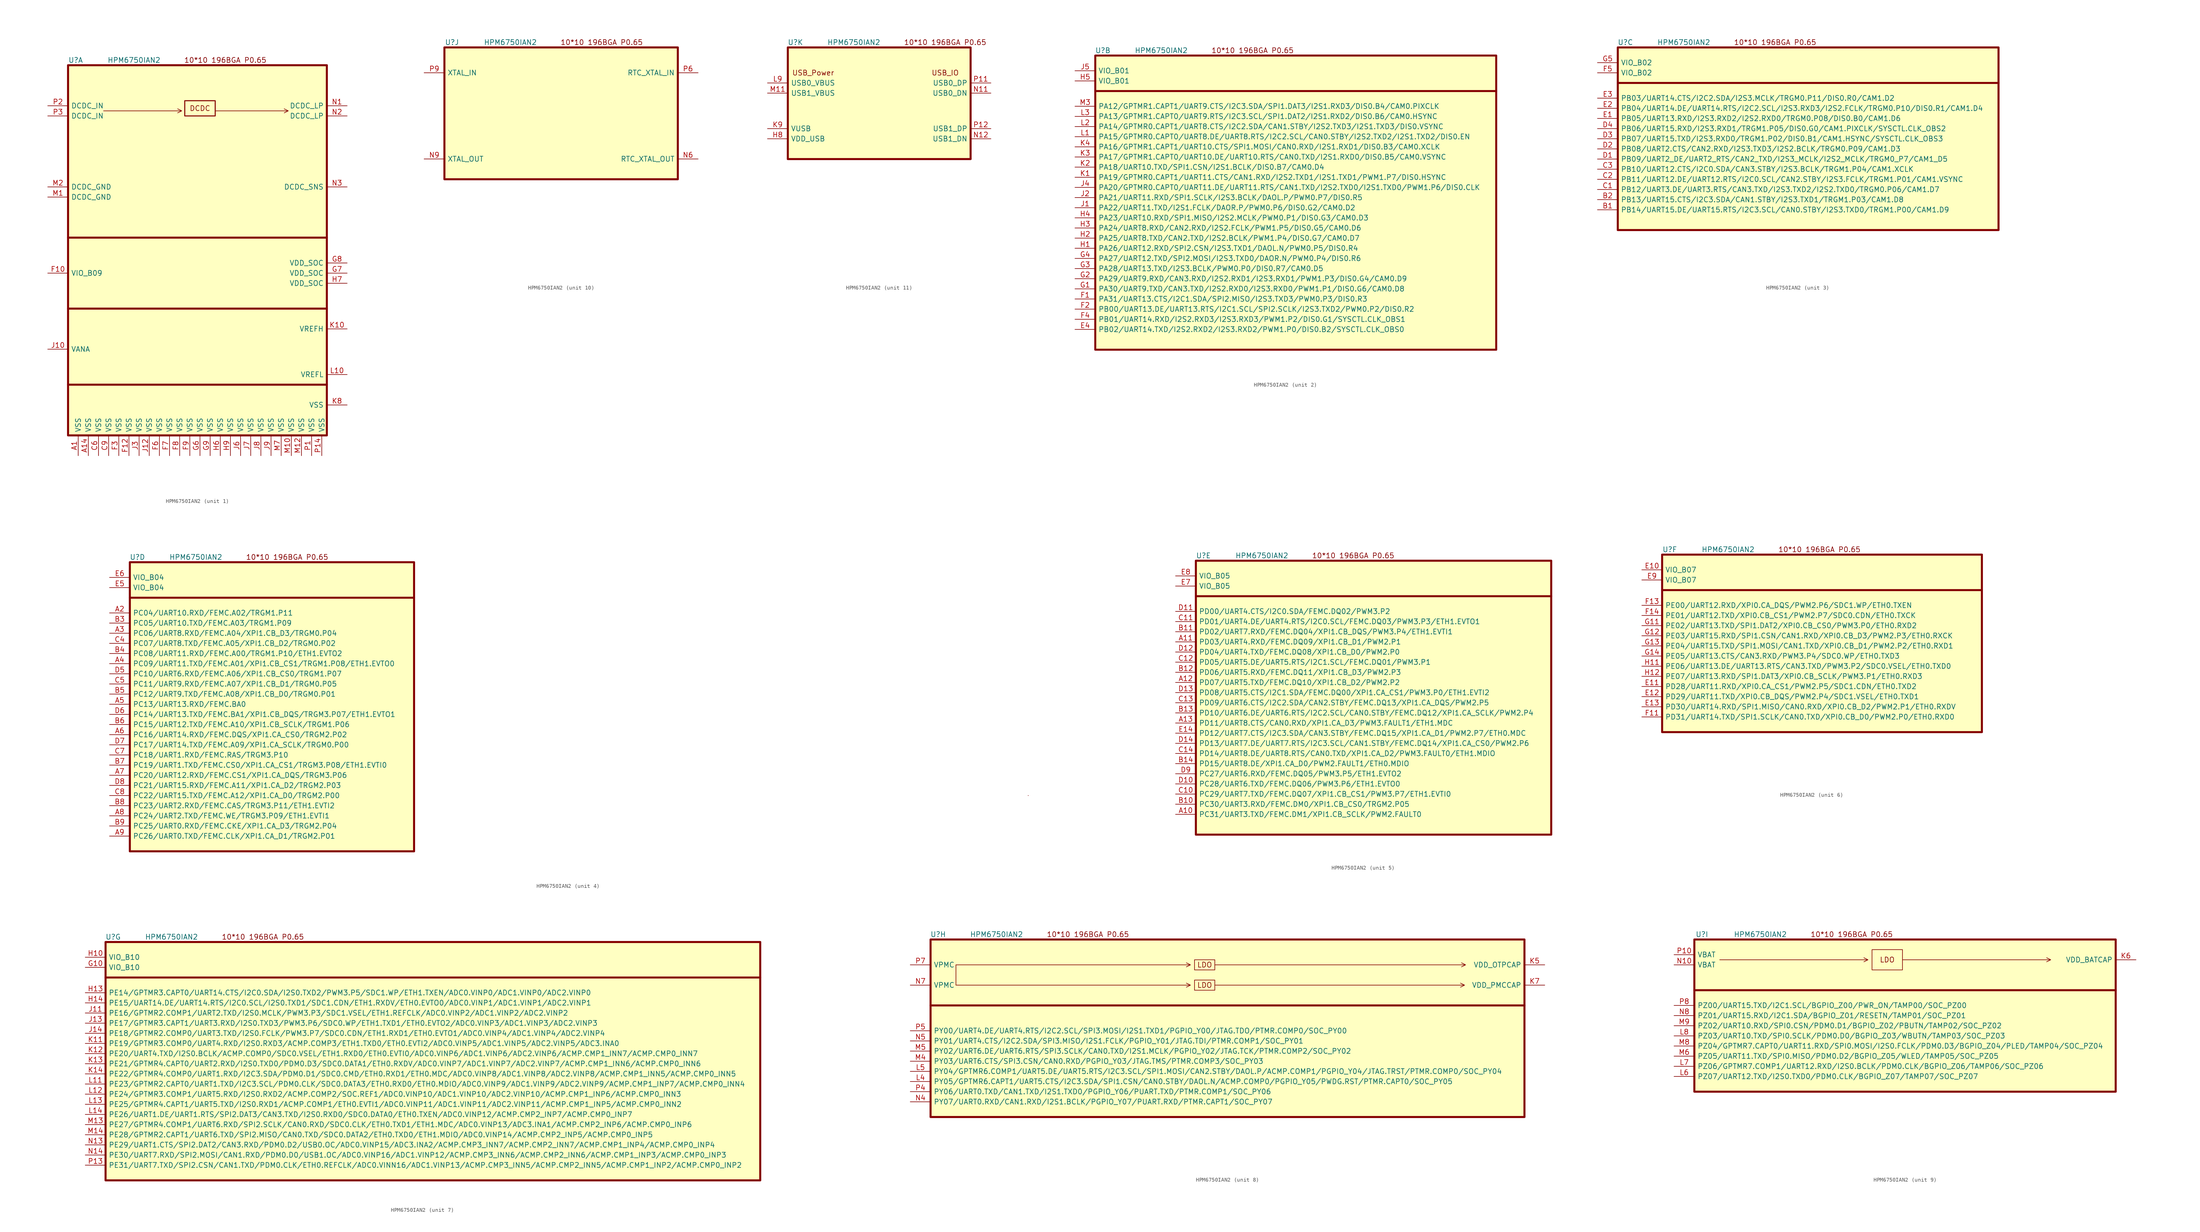
<source format=kicad_sym>
(kicad_symbol_lib
  (version 20220914)
  (generator kicad_symbol_editor)
  (symbol "HPM6750IAN2"
    (pin_names
      (offset 0.762))
    (property "Reference" "U"
      (at 1.905 1.27 0)
      (effects (font (size 1.27 1.27))))
    (property "Value" "HPM6750IAN2"
      (at 16.51 1.27 0)
      (effects (font (size 1.27 1.27))))
    (property "ki_locked" ""
      (at 0 0 0)
      (effects (font (size 1.27 1.27))))
    (symbol "HPM6750IAN2_0_0"
      (text "" (at 41.91 -53.34 0) (effects (font (size 1.27 1.27))))
      (text "10*10 196BGA P0.65" (at 39.37 1.27 0) (effects (font (size 1.27 1.27)))))
    (symbol "HPM6750IAN2_1_0"
      (polyline (pts (xy 8.89 -11.43) (xy 28.448 -11.43) (xy 27.432 -10.922) (xy 28.448 -11.43) (xy 27.432 -11.938)) (stroke (width 0) (type default)) (fill (type none)))
      (polyline (pts (xy 36.83 -11.43) (xy 55.118 -11.43) (xy 54.102 -10.922) (xy 55.118 -11.43) (xy 54.102 -11.938)) (stroke (width 0) (type default)) (fill (type none)))
      (text "DCDC" (at 33.02 -10.795 0) (effects (font (size 1.27 1.27)))))
    (symbol "HPM6750IAN2_1_1"
      (polyline (pts (xy 0 -80.01) (xy 64.77 -80.01)) (stroke (width 0.508) (type default)) (fill (type none)))
      (polyline (pts (xy 0 -60.96) (xy 64.77 -60.96)) (stroke (width 0.508) (type default)) (fill (type none)))
      (polyline (pts (xy 0 -43.18) (xy 64.77 -43.18)) (stroke (width 0.508) (type default)) (fill (type none)))
      (rectangle (start 0 0) (end 64.77 -92.71) (stroke (width 0.508) (type default)) (fill (type background)))
      (rectangle (start 29.21 -8.89) (end 36.83 -12.7) (stroke (width 0.254) (type default)) (fill (type background)))
      (pin power_out line (at 2.54 -97.79 90) (length 5.08) (name "VSS" (effects (font (size 1.27 1.27)))) (number "A1" (effects (font (size 1.27 1.27)))))
      (pin power_out line (at 5.08 -97.79 90) (length 5.08) (name "VSS" (effects (font (size 1.27 1.27)))) (number "A14" (effects (font (size 1.27 1.27)))))
      (pin power_out line (at 7.62 -97.79 90) (length 5.08) (name "VSS" (effects (font (size 1.27 1.27)))) (number "C6" (effects (font (size 1.27 1.27)))))
      (pin power_out line (at 10.16 -97.79 90) (length 5.08) (name "VSS" (effects (font (size 1.27 1.27)))) (number "C9" (effects (font (size 1.27 1.27)))))
      (pin power_in line (at -5.08 -52.07 0) (length 5.08) (name "VIO_B09" (effects (font (size 1.27 1.27)))) (number "F10" (effects (font (size 1.27 1.27)))))
      (pin power_out line (at 15.24 -97.79 90) (length 5.08) (name "VSS" (effects (font (size 1.27 1.27)))) (number "F12" (effects (font (size 1.27 1.27)))))
      (pin power_out line (at 12.7 -97.79 90) (length 5.08) (name "VSS" (effects (font (size 1.27 1.27)))) (number "F3" (effects (font (size 1.27 1.27)))))
      (pin power_out line (at 22.86 -97.79 90) (length 5.08) (name "VSS" (effects (font (size 1.27 1.27)))) (number "F6" (effects (font (size 1.27 1.27)))))
      (pin power_out line (at 25.4 -97.79 90) (length 5.08) (name "VSS" (effects (font (size 1.27 1.27)))) (number "F7" (effects (font (size 1.27 1.27)))))
      (pin power_out line (at 27.94 -97.79 90) (length 5.08) (name "VSS" (effects (font (size 1.27 1.27)))) (number "F8" (effects (font (size 1.27 1.27)))))
      (pin power_out line (at 30.48 -97.79 90) (length 5.08) (name "VSS" (effects (font (size 1.27 1.27)))) (number "F9" (effects (font (size 1.27 1.27)))))
      (pin power_out line (at 33.02 -97.79 90) (length 5.08) (name "VSS" (effects (font (size 1.27 1.27)))) (number "G6" (effects (font (size 1.27 1.27)))))
      (pin power_in line (at 69.85 -52.07 180) (length 5.08) (name "VDD_SOC" (effects (font (size 1.27 1.27)))) (number "G7" (effects (font (size 1.27 1.27)))))
      (pin power_in line (at 69.85 -49.53 180) (length 5.08) (name "VDD_SOC" (effects (font (size 1.27 1.27)))) (number "G8" (effects (font (size 1.27 1.27)))))
      (pin power_out line (at 35.56 -97.79 90) (length 5.08) (name "VSS" (effects (font (size 1.27 1.27)))) (number "G9" (effects (font (size 1.27 1.27)))))
      (pin power_out line (at 38.1 -97.79 90) (length 5.08) (name "VSS" (effects (font (size 1.27 1.27)))) (number "H6" (effects (font (size 1.27 1.27)))))
      (pin power_in line (at 69.85 -54.61 180) (length 5.08) (name "VDD_SOC" (effects (font (size 1.27 1.27)))) (number "H7" (effects (font (size 1.27 1.27)))))
      (pin power_out line (at 40.64 -97.79 90) (length 5.08) (name "VSS" (effects (font (size 1.27 1.27)))) (number "H9" (effects (font (size 1.27 1.27)))))
      (pin power_in line (at -5.08 -71.12 0) (length 5.08) (name "VANA" (effects (font (size 1.27 1.27)))) (number "J10" (effects (font (size 1.27 1.27)))))
      (pin power_out line (at 20.32 -97.79 90) (length 5.08) (name "VSS" (effects (font (size 1.27 1.27)))) (number "J12" (effects (font (size 1.27 1.27)))))
      (pin power_out line (at 17.78 -97.79 90) (length 5.08) (name "VSS" (effects (font (size 1.27 1.27)))) (number "J3" (effects (font (size 1.27 1.27)))))
      (pin power_out line (at 43.18 -97.79 90) (length 5.08) (name "VSS" (effects (font (size 1.27 1.27)))) (number "J6" (effects (font (size 1.27 1.27)))))
      (pin power_out line (at 45.72 -97.79 90) (length 5.08) (name "VSS" (effects (font (size 1.27 1.27)))) (number "J7" (effects (font (size 1.27 1.27)))))
      (pin power_out line (at 48.26 -97.79 90) (length 5.08) (name "VSS" (effects (font (size 1.27 1.27)))) (number "J8" (effects (font (size 1.27 1.27)))))
      (pin power_out line (at 50.8 -97.79 90) (length 5.08) (name "VSS" (effects (font (size 1.27 1.27)))) (number "J9" (effects (font (size 1.27 1.27)))))
      (pin power_in line (at 69.85 -66.04 180) (length 5.08) (name "VREFH" (effects (font (size 1.27 1.27)))) (number "K10" (effects (font (size 1.27 1.27)))))
      (pin power_out line (at 69.85 -85.09 180) (length 5.08) (name "VSS" (effects (font (size 1.27 1.27)))) (number "K8" (effects (font (size 1.27 1.27)))))
      (pin power_out line (at 69.85 -77.47 180) (length 5.08) (name "VREFL" (effects (font (size 1.27 1.27)))) (number "L10" (effects (font (size 1.27 1.27)))))
      (pin power_out line (at -5.08 -33.02 0) (length 5.08) (name "DCDC_GND" (effects (font (size 1.27 1.27)))) (number "M1" (effects (font (size 1.27 1.27)))))
      (pin power_out line (at 55.88 -97.79 90) (length 5.08) (name "VSS" (effects (font (size 1.27 1.27)))) (number "M10" (effects (font (size 1.27 1.27)))))
      (pin power_out line (at 58.42 -97.79 90) (length 5.08) (name "VSS" (effects (font (size 1.27 1.27)))) (number "M12" (effects (font (size 1.27 1.27)))))
      (pin power_out line (at -5.08 -30.48 0) (length 5.08) (name "DCDC_GND" (effects (font (size 1.27 1.27)))) (number "M2" (effects (font (size 1.27 1.27)))))
      (pin power_out line (at 53.34 -97.79 90) (length 5.08) (name "VSS" (effects (font (size 1.27 1.27)))) (number "M7" (effects (font (size 1.27 1.27)))))
      (pin power_out line (at 69.85 -10.16 180) (length 5.08) (name "DCDC_LP" (effects (font (size 1.27 1.27)))) (number "N1" (effects (font (size 1.27 1.27)))))
      (pin power_out line (at 69.85 -12.7 180) (length 5.08) (name "DCDC_LP" (effects (font (size 1.27 1.27)))) (number "N2" (effects (font (size 1.27 1.27)))))
      (pin input line (at 69.85 -30.48 180) (length 5.08) (name "DCDC_SNS" (effects (font (size 1.27 1.27)))) (number "N3" (effects (font (size 1.27 1.27)))))
      (pin power_out line (at 60.96 -97.79 90) (length 5.08) (name "VSS" (effects (font (size 1.27 1.27)))) (number "P1" (effects (font (size 1.27 1.27)))))
      (pin power_out line (at 63.5 -97.79 90) (length 5.08) (name "VSS" (effects (font (size 1.27 1.27)))) (number "P14" (effects (font (size 1.27 1.27)))))
      (pin power_in line (at -5.08 -10.16 0) (length 5.08) (name "DCDC_IN" (effects (font (size 1.27 1.27)))) (number "P2" (effects (font (size 1.27 1.27)))))
      (pin power_in line (at -5.08 -12.7 0) (length 5.08) (name "DCDC_IN" (effects (font (size 1.27 1.27)))) (number "P3" (effects (font (size 1.27 1.27))))))
    (symbol "HPM6750IAN2_2_0"
      (polyline (pts (xy 0 -8.89) (xy 100.33 -8.89)) (stroke (width 0.5) (type default)) (fill (type none)))
      (rectangle (start 0 0) (end 100.33 -73.66) (stroke (width 0.5) (type default)) (fill (type background))))
    (symbol "HPM6750IAN2_2_1"
      (pin bidirectional line (at -5.08 -68.58 0) (length 5.08) (name "PB02/UART14.TXD/I2S2.RXD2/I2S3.RXD2/PWM1.P0/DIS0.B2/SYSCTL.CLK_OBS0" (effects (font (size 1.27 1.27)))) (number "E4" (effects (font (size 1.27 1.27)))))
      (pin bidirectional line (at -5.08 -60.96 0) (length 5.08) (name "PA31/UART13.CTS/I2C1.SDA/SPI2.MISO/I2S3.TXD3/PWM0.P3/DIS0.R3" (effects (font (size 1.27 1.27)))) (number "F1" (effects (font (size 1.27 1.27)))))
      (pin bidirectional line (at -5.08 -63.5 0) (length 5.08) (name "PB00/UART13.DE/UART13.RTS/I2C1.SCL/SPI2.SCLK/I2S3.TXD2/PWM0.P2/DIS0.R2" (effects (font (size 1.27 1.27)))) (number "F2" (effects (font (size 1.27 1.27)))))
      (pin bidirectional line (at -5.08 -66.04 0) (length 5.08) (name "PB01/UART14.RXD/I2S2.RXD3/I2S3.RXD3/PWM1.P2/DIS0.G1/SYSCTL.CLK_OBS1" (effects (font (size 1.27 1.27)))) (number "F4" (effects (font (size 1.27 1.27)))))
      (pin bidirectional line (at -5.08 -58.42 0) (length 5.08) (name "PA30/UART9.TXD/CAN3.TXD/I2S2.RXD0/I2S3.RXD0/PWM1.P1/DIS0.G6/CAM0.D8" (effects (font (size 1.27 1.27)))) (number "G1" (effects (font (size 1.27 1.27)))))
      (pin bidirectional line (at -5.08 -55.88 0) (length 5.08) (name "PA29/UART9.RXD/CAN3.RXD/I2S2.RXD1/I2S3.RXD1/PWM1.P3/DIS0.G4/CAM0.D9" (effects (font (size 1.27 1.27)))) (number "G2" (effects (font (size 1.27 1.27)))))
      (pin bidirectional line (at -5.08 -53.34 0) (length 5.08) (name "PA28/UART13.TXD/I2S3.BCLK/PWM0.P0/DIS0.R7/CAM0.D5" (effects (font (size 1.27 1.27)))) (number "G3" (effects (font (size 1.27 1.27)))))
      (pin bidirectional line (at -5.08 -50.8 0) (length 5.08) (name "PA27/UART12.TXD/SPI2.MOSI/I2S3.TXD0/DAOR.N/PWM0.P4/DIS0.R6" (effects (font (size 1.27 1.27)))) (number "G4" (effects (font (size 1.27 1.27)))))
      (pin bidirectional line (at -5.08 -48.26 0) (length 5.08) (name "PA26/UART12.RXD/SPI2.CSN/I2S3.TXD1/DAOL.N/PWM0.P5/DIS0.R4" (effects (font (size 1.27 1.27)))) (number "H1" (effects (font (size 1.27 1.27)))))
      (pin bidirectional line (at -5.08 -45.72 0) (length 5.08) (name "PA25/UART8.TXD/CAN2.TXD/I2S2.BCLK/PWM1.P4/DIS0.G7/CAM0.D7" (effects (font (size 1.27 1.27)))) (number "H2" (effects (font (size 1.27 1.27)))))
      (pin bidirectional line (at -5.08 -43.18 0) (length 5.08) (name "PA24/UART8.RXD/CAN2.RXD/I2S2.FCLK/PWM1.P5/DIS0.G5/CAM0.D6" (effects (font (size 1.27 1.27)))) (number "H3" (effects (font (size 1.27 1.27)))))
      (pin bidirectional line (at -5.08 -40.64 0) (length 5.08) (name "PA23/UART10.RXD/SPI1.MISO/I2S2.MCLK/PWM0.P1/DIS0.G3/CAM0.D3" (effects (font (size 1.27 1.27)))) (number "H4" (effects (font (size 1.27 1.27)))))
      (pin power_in line (at -5.08 -6.35 0) (length 5.08) (name "VIO_B01" (effects (font (size 1.27 1.27)))) (number "H5" (effects (font (size 1.27 1.27)))))
      (pin bidirectional line (at -5.08 -38.1 0) (length 5.08) (name "PA22/UART11.TXD/I2S1.FCLK/DAOR.P/PWM0.P6/DIS0.G2/CAM0.D2" (effects (font (size 1.27 1.27)))) (number "J1" (effects (font (size 1.27 1.27)))))
      (pin bidirectional line (at -5.08 -35.56 0) (length 5.08) (name "PA21/UART11.RXD/SPI1.SCLK/I2S3.BCLK/DAOL.P/PWM0.P7/DIS0.R5" (effects (font (size 1.27 1.27)))) (number "J2" (effects (font (size 1.27 1.27)))))
      (pin bidirectional line (at -5.08 -33.02 0) (length 5.08) (name "PA20/GPTMR0.CAPT0/UART11.DE/UART11.RTS/CAN1.TXD/I2S2.TXD0/I2S1.TXD0/PWM1.P6/DIS0.CLK" (effects (font (size 1.27 1.27)))) (number "J4" (effects (font (size 1.27 1.27)))))
      (pin power_in line (at -5.08 -3.81 0) (length 5.08) (name "VIO_B01" (effects (font (size 1.27 1.27)))) (number "J5" (effects (font (size 1.27 1.27)))))
      (pin bidirectional line (at -5.08 -30.48 0) (length 5.08) (name "PA19/GPTMR0.CAPT1/UART11.CTS/CAN1.RXD/I2S2.TXD1/I2S1.TXD1/PWM1.P7/DIS0.HSYNC" (effects (font (size 1.27 1.27)))) (number "K1" (effects (font (size 1.27 1.27)))))
      (pin bidirectional line (at -5.08 -27.94 0) (length 5.08) (name "PA18/UART10.TXD/SPI1.CSN/I2S1.BCLK/DIS0.B7/CAM0.D4" (effects (font (size 1.27 1.27)))) (number "K2" (effects (font (size 1.27 1.27)))))
      (pin bidirectional line (at -5.08 -25.4 0) (length 5.08) (name "PA17/GPTMR1.CAPT0/UART10.DE/UART10.RTS/CAN0.TXD/I2S1.RXD0/DIS0.B5/CAM0.VSYNC" (effects (font (size 1.27 1.27)))) (number "K3" (effects (font (size 1.27 1.27)))))
      (pin bidirectional line (at -5.08 -22.86 0) (length 5.08) (name "PA16/GPTMR1.CAPT1/UART10.CTS/SPI1.MOSI/CAN0.RXD/I2S1.RXD1/DIS0.B3/CAM0.XCLK" (effects (font (size 1.27 1.27)))) (number "K4" (effects (font (size 1.27 1.27)))))
      (pin bidirectional line (at -5.08 -20.32 0) (length 5.08) (name "PA15/GPTMR0.CAPT0/UART8.DE/UART8.RTS/I2C2.SCL/CAN0.STBY/I2S2.TXD2/I2S1.TXD2/DIS0.EN" (effects (font (size 1.27 1.27)))) (number "L1" (effects (font (size 1.27 1.27)))))
      (pin bidirectional line (at -5.08 -17.78 0) (length 5.08) (name "PA14/GPTMR0.CAPT1/UART8.CTS/I2C2.SDA/CAN1.STBY/I2S2.TXD3/I2S1.TXD3/DIS0.VSYNC" (effects (font (size 1.27 1.27)))) (number "L2" (effects (font (size 1.27 1.27)))))
      (pin bidirectional line (at -5.08 -15.24 0) (length 5.08) (name "PA13/GPTMR1.CAPT0/UART9.RTS/I2C3.SCL/SPI1.DAT2/I2S1.RXD2/DIS0.B6/CAM0.HSYNC" (effects (font (size 1.27 1.27)))) (number "L3" (effects (font (size 1.27 1.27)))))
      (pin bidirectional line (at -5.08 -12.7 0) (length 5.08) (name "PA12/GPTMR1.CAPT1/UART9.CTS/I2C3.SDA/SPI1.DAT3/I2S1.RXD3/DIS0.B4/CAM0.PIXCLK" (effects (font (size 1.27 1.27)))) (number "M3" (effects (font (size 1.27 1.27))))))
    (symbol "HPM6750IAN2_3_0"
      (polyline (pts (xy 0 -8.89) (xy 95.25 -8.89)) (stroke (width 0.5) (type default)) (fill (type none)))
      (rectangle (start 0 0) (end 95.25 -45.72) (stroke (width 0.508) (type default)) (fill (type background))))
    (symbol "HPM6750IAN2_3_1"
      (pin bidirectional line (at -5.08 -40.64 0) (length 5.08) (name "PB14/UART15.DE/UART15.RTS/I2C3.SCL/CAN0.STBY/I2S3.TXD0/TRGM1.P00/CAM1.D9" (effects (font (size 1.27 1.27)))) (number "B1" (effects (font (size 1.27 1.27)))))
      (pin bidirectional line (at -5.08 -38.1 0) (length 5.08) (name "PB13/UART15.CTS/I2C3.SDA/CAN1.STBY/I2S3.TXD1/TRGM1.P03/CAM1.D8" (effects (font (size 1.27 1.27)))) (number "B2" (effects (font (size 1.27 1.27)))))
      (pin bidirectional line (at -5.08 -35.56 0) (length 5.08) (name "PB12/UART3.DE/UART3.RTS/CAN3.TXD/I2S3.TXD2/I2S2.TXD0/TRGM0.P06/CAM1.D7" (effects (font (size 1.27 1.27)))) (number "C1" (effects (font (size 1.27 1.27)))))
      (pin bidirectional line (at -5.08 -33.02 0) (length 5.08) (name "PB11/UART12.DE/UART12.RTS/I2C0.SCL/CAN2.STBY/I2S3.FCLK/TRGM1.P01/CAM1.VSYNC" (effects (font (size 1.27 1.27)))) (number "C2" (effects (font (size 1.27 1.27)))))
      (pin bidirectional line (at -5.08 -30.48 0) (length 5.08) (name "PB10/UART12.CTS/I2C0.SDA/CAN3.STBY/I2S3.BCLK/TRGM1.P04/CAM1.XCLK" (effects (font (size 1.27 1.27)))) (number "C3" (effects (font (size 1.27 1.27)))))
      (pin bidirectional line (at -5.08 -27.94 0) (length 5.08) (name "PB09/UART2_DE/UART2_RTS/CAN2_TXD/I2S3_MCLK/I2S2_MCLK/TRGM0_P7/CAM1_D5" (effects (font (size 1.27 1.27)))) (number "D1" (effects (font (size 1.27 1.27)))))
      (pin bidirectional line (at -5.08 -25.4 0) (length 5.08) (name "PB08/UART2.CTS/CAN2.RXD/I2S3.TXD3/I2S2.BCLK/TRGM0.P09/CAM1.D3" (effects (font (size 1.27 1.27)))) (number "D2" (effects (font (size 1.27 1.27)))))
      (pin bidirectional line (at -5.08 -22.86 0) (length 5.08) (name "PB07/UART15.TXD/I2S3.RXD0/TRGM1.P02/DIS0.B1/CAM1.HSYNC/SYSCTL.CLK_OBS3" (effects (font (size 1.27 1.27)))) (number "D3" (effects (font (size 1.27 1.27)))))
      (pin bidirectional line (at -5.08 -20.32 0) (length 5.08) (name "PB06/UART15.RXD/I2S3.RXD1/TRGM1.P05/DIS0.G0/CAM1.PIXCLK/SYSCTL.CLK_OBS2" (effects (font (size 1.27 1.27)))) (number "D4" (effects (font (size 1.27 1.27)))))
      (pin bidirectional line (at -5.08 -17.78 0) (length 5.08) (name "PB05/UART13.RXD/I2S3.RXD2/I2S2.RXD0/TRGM0.P08/DIS0.B0/CAM1.D6" (effects (font (size 1.27 1.27)))) (number "E1" (effects (font (size 1.27 1.27)))))
      (pin bidirectional line (at -5.08 -15.24 0) (length 5.08) (name "PB04/UART14.DE/UART14.RTS/I2C2.SCL/I2S3.RXD3/I2S2.FCLK/TRGM0.P10/DIS0.R1/CAM1.D4" (effects (font (size 1.27 1.27)))) (number "E2" (effects (font (size 1.27 1.27)))))
      (pin bidirectional line (at -5.08 -12.7 0) (length 5.08) (name "PB03/UART14.CTS/I2C2.SDA/I2S3.MCLK/TRGM0.P11/DIS0.R0/CAM1.D2" (effects (font (size 1.27 1.27)))) (number "E3" (effects (font (size 1.27 1.27)))))
      (pin power_in line (at -5.08 -6.35 0) (length 5.08) (name "VIO_B02" (effects (font (size 1.27 1.27)))) (number "F5" (effects (font (size 1.27 1.27)))))
      (pin power_in line (at -5.08 -3.81 0) (length 5.08) (name "VIO_B02" (effects (font (size 1.27 1.27)))) (number "G5" (effects (font (size 1.27 1.27))))))
    (symbol "HPM6750IAN2_4_0"
      (polyline (pts (xy 0 -8.89) (xy 71.12 -8.89)) (stroke (width 0.5) (type default)) (fill (type none)))
      (rectangle (start 0 0) (end 71.12 -72.39) (stroke (width 0.508) (type default)) (fill (type background)))
      (rectangle (start 224.79 -58.42) (end 224.79 -58.42) (stroke (width 0) (type default)) (fill (type none)))
      (rectangle (start 224.79 -58.42) (end 224.79 -58.42) (stroke (width 0) (type default)) (fill (type none))))
    (symbol "HPM6750IAN2_4_1"
      (pin bidirectional line (at -5.08 -12.7 0) (length 5.08) (name "PC04/UART10.RXD/FEMC.A02/TRGM1.P11" (effects (font (size 1.27 1.27)))) (number "A2" (effects (font (size 1.27 1.27)))))
      (pin bidirectional line (at -5.08 -17.78 0) (length 5.08) (name "PC06/UART8.RXD/FEMC.A04/XPI1.CB_D3/TRGM0.P04" (effects (font (size 1.27 1.27)))) (number "A3" (effects (font (size 1.27 1.27)))))
      (pin bidirectional line (at -5.08 -25.4 0) (length 5.08) (name "PC09/UART11.TXD/FEMC.A01/XPI1.CB_CS1/TRGM1.P08/ETH1.EVTO0" (effects (font (size 1.27 1.27)))) (number "A4" (effects (font (size 1.27 1.27)))))
      (pin bidirectional line (at -5.08 -35.56 0) (length 5.08) (name "PC13/UART13.RXD/FEMC.BA0" (effects (font (size 1.27 1.27)))) (number "A5" (effects (font (size 1.27 1.27)))))
      (pin bidirectional line (at -5.08 -43.18 0) (length 5.08) (name "PC16/UART14.RXD/FEMC.DQS/XPI1.CA_CS0/TRGM2.P02" (effects (font (size 1.27 1.27)))) (number "A6" (effects (font (size 1.27 1.27)))))
      (pin bidirectional line (at -5.08 -53.34 0) (length 5.08) (name "PC20/UART12.RXD/FEMC.CS1/XPI1.CA_DQS/TRGM3.P06" (effects (font (size 1.27 1.27)))) (number "A7" (effects (font (size 1.27 1.27)))))
      (pin bidirectional line (at -5.08 -63.5 0) (length 5.08) (name "PC24/UART2.TXD/FEMC.WE/TRGM3.P09/ETH1.EVTI1" (effects (font (size 1.27 1.27)))) (number "A8" (effects (font (size 1.27 1.27)))))
      (pin bidirectional line (at -5.08 -68.58 0) (length 5.08) (name "PC26/UART0.TXD/FEMC.CLK/XPI1.CA_D1/TRGM2.P01" (effects (font (size 1.27 1.27)))) (number "A9" (effects (font (size 1.27 1.27)))))
      (pin bidirectional line (at -5.08 -15.24 0) (length 5.08) (name "PC05/UART10.TXD/FEMC.A03/TRGM1.P09" (effects (font (size 1.27 1.27)))) (number "B3" (effects (font (size 1.27 1.27)))))
      (pin bidirectional line (at -5.08 -22.86 0) (length 5.08) (name "PC08/UART11.RXD/FEMC.A00/TRGM1.P10/ETH1.EVTO2" (effects (font (size 1.27 1.27)))) (number "B4" (effects (font (size 1.27 1.27)))))
      (pin bidirectional line (at -5.08 -33.02 0) (length 5.08) (name "PC12/UART9.TXD/FEMC.A08/XPI1.CB_D0/TRGM0.P01" (effects (font (size 1.27 1.27)))) (number "B5" (effects (font (size 1.27 1.27)))))
      (pin bidirectional line (at -5.08 -40.64 0) (length 5.08) (name "PC15/UART12.TXD/FEMC.A10/XPI1.CB_SCLK/TRGM1.P06" (effects (font (size 1.27 1.27)))) (number "B6" (effects (font (size 1.27 1.27)))))
      (pin bidirectional line (at -5.08 -50.8 0) (length 5.08) (name "PC19/UART1.TXD/FEMC.CS0/XPI1.CA_CS1/TRGM3.P08/ETH1.EVTI0" (effects (font (size 1.27 1.27)))) (number "B7" (effects (font (size 1.27 1.27)))))
      (pin bidirectional line (at -5.08 -60.96 0) (length 5.08) (name "PC23/UART2.RXD/FEMC.CAS/TRGM3.P11/ETH1.EVTI2" (effects (font (size 1.27 1.27)))) (number "B8" (effects (font (size 1.27 1.27)))))
      (pin bidirectional line (at -5.08 -66.04 0) (length 5.08) (name "PC25/UART0.RXD/FEMC.CKE/XPI1.CA_D3/TRGM2.P04" (effects (font (size 1.27 1.27)))) (number "B9" (effects (font (size 1.27 1.27)))))
      (pin bidirectional line (at -5.08 -20.32 0) (length 5.08) (name "PC07/UART8.TXD/FEMC.A05/XPI1.CB_D2/TRGM0.P02" (effects (font (size 1.27 1.27)))) (number "C4" (effects (font (size 1.27 1.27)))))
      (pin bidirectional line (at -5.08 -30.48 0) (length 5.08) (name "PC11/UART9.RXD/FEMC.A07/XPI1.CB_D1/TRGM0.P05" (effects (font (size 1.27 1.27)))) (number "C5" (effects (font (size 1.27 1.27)))))
      (pin bidirectional line (at -5.08 -48.26 0) (length 5.08) (name "PC18/UART1.RXD/FEMC.RAS/TRGM3.P10" (effects (font (size 1.27 1.27)))) (number "C7" (effects (font (size 1.27 1.27)))))
      (pin bidirectional line (at -5.08 -58.42 0) (length 5.08) (name "PC22/UART15.TXD/FEMC.A12/XPI1.CA_D0/TRGM2.P00" (effects (font (size 1.27 1.27)))) (number "C8" (effects (font (size 1.27 1.27)))))
      (pin bidirectional line (at -5.08 -27.94 0) (length 5.08) (name "PC10/UART6.RXD/FEMC.A06/XPI1.CB_CS0/TRGM1.P07" (effects (font (size 1.27 1.27)))) (number "D5" (effects (font (size 1.27 1.27)))))
      (pin bidirectional line (at -5.08 -38.1 0) (length 5.08) (name "PC14/UART13.TXD/FEMC.BA1/XPI1.CB_DQS/TRGM3.P07/ETH1.EVTO1" (effects (font (size 1.27 1.27)))) (number "D6" (effects (font (size 1.27 1.27)))))
      (pin bidirectional line (at -5.08 -45.72 0) (length 5.08) (name "PC17/UART14.TXD/FEMC.A09/XPI1.CA_SCLK/TRGM0.P00" (effects (font (size 1.27 1.27)))) (number "D7" (effects (font (size 1.27 1.27)))))
      (pin bidirectional line (at -5.08 -55.88 0) (length 5.08) (name "PC21/UART15.RXD/FEMC.A11/XPI1.CA_D2/TRGM2.P03" (effects (font (size 1.27 1.27)))) (number "D8" (effects (font (size 1.27 1.27)))))
      (pin power_in line (at -5.08 -6.35 0) (length 5.08) (name "VIO_B04" (effects (font (size 1.27 1.27)))) (number "E5" (effects (font (size 1.27 1.27)))))
      (pin power_in line (at -5.08 -3.81 0) (length 5.08) (name "VIO_B04" (effects (font (size 1.27 1.27)))) (number "E6" (effects (font (size 1.27 1.27))))))
    (symbol "HPM6750IAN2_5_0"
      (polyline (pts (xy 0 -8.89) (xy 88.9 -8.89)) (stroke (width 0.5) (type default)) (fill (type none)))
      (rectangle (start 0 0) (end 88.9 -68.58) (stroke (width 0.508) (type default)) (fill (type background))))
    (symbol "HPM6750IAN2_5_1"
      (pin bidirectional line (at -5.08 -63.5 0) (length 5.08) (name "PC31/UART3.TXD/FEMC.DM1/XPI1.CB_SCLK/PWM2.FAULT0" (effects (font (size 1.27 1.27)))) (number "A10" (effects (font (size 1.27 1.27)))))
      (pin bidirectional line (at -5.08 -20.32 0) (length 5.08) (name "PD03/UART4.RXD/FEMC.DQ09/XPI1.CB_D1/PWM2.P1" (effects (font (size 1.27 1.27)))) (number "A11" (effects (font (size 1.27 1.27)))))
      (pin bidirectional line (at -5.08 -30.48 0) (length 5.08) (name "PD07/UART5.TXD/FEMC.DQ10/XPI1.CB_D2/PWM2.P2" (effects (font (size 1.27 1.27)))) (number "A12" (effects (font (size 1.27 1.27)))))
      (pin bidirectional line (at -5.08 -40.64 0) (length 5.08) (name "PD11/UART8.CTS/CAN0.RXD/XPI1.CA_D3/PWM3.FAULT1/ETH1.MDC" (effects (font (size 1.27 1.27)))) (number "A13" (effects (font (size 1.27 1.27)))))
      (pin bidirectional line (at -5.08 -60.96 0) (length 5.08) (name "PC30/UART3.RXD/FEMC.DM0/XPI1.CB_CS0/TRGM2.P05" (effects (font (size 1.27 1.27)))) (number "B10" (effects (font (size 1.27 1.27)))))
      (pin bidirectional line (at -5.08 -17.78 0) (length 5.08) (name "PD02/UART7.RXD/FEMC.DQ04/XPI1.CB_DQS/PWM3.P4/ETH1.EVTI1" (effects (font (size 1.27 1.27)))) (number "B11" (effects (font (size 1.27 1.27)))))
      (pin bidirectional line (at -5.08 -27.94 0) (length 5.08) (name "PD06/UART5.RXD/FEMC.DQ11/XPI1.CB_D3/PWM2.P3" (effects (font (size 1.27 1.27)))) (number "B12" (effects (font (size 1.27 1.27)))))
      (pin bidirectional line (at -5.08 -38.1 0) (length 5.08) (name "PD10/UART6.DE/UART6.RTS/I2C2.SCL/CAN0.STBY/FEMC.DQ12/XPI1.CA_SCLK/PWM2.P4" (effects (font (size 1.27 1.27)))) (number "B13" (effects (font (size 1.27 1.27)))))
      (pin bidirectional line (at -5.08 -50.8 0) (length 5.08) (name "PD15/UART8.DE/XPI1.CA_D0/PWM2.FAULT1/ETH0.MDIO" (effects (font (size 1.27 1.27)))) (number "B14" (effects (font (size 1.27 1.27)))))
      (pin bidirectional line (at -5.08 -58.42 0) (length 5.08) (name "PC29/UART7.TXD/FEMC.DQ07/XPI1.CB_CS1/PWM3.P7/ETH1.EVTI0" (effects (font (size 1.27 1.27)))) (number "C10" (effects (font (size 1.27 1.27)))))
      (pin bidirectional line (at -5.08 -15.24 0) (length 5.08) (name "PD01/UART4.DE/UART4.RTS/I2C0.SCL/FEMC.DQ03/PWM3.P3/ETH1.EVTO1" (effects (font (size 1.27 1.27)))) (number "C11" (effects (font (size 1.27 1.27)))))
      (pin bidirectional line (at -5.08 -25.4 0) (length 5.08) (name "PD05/UART5.DE/UART5.RTS/I2C1.SCL/FEMC.DQ01/PWM3.P1" (effects (font (size 1.27 1.27)))) (number "C12" (effects (font (size 1.27 1.27)))))
      (pin bidirectional line (at -5.08 -35.56 0) (length 5.08) (name "PD09/UART6.CTS/I2C2.SDA/CAN2.STBY/FEMC.DQ13/XPI1.CA_DQS/PWM2.P5" (effects (font (size 1.27 1.27)))) (number "C13" (effects (font (size 1.27 1.27)))))
      (pin bidirectional line (at -5.08 -48.26 0) (length 5.08) (name "PD14/UART8.DE/UART8.RTS/CAN0.TXD/XPI1.CA_D2/PWM3.FAULT0/ETH1.MDIO" (effects (font (size 1.27 1.27)))) (number "C14" (effects (font (size 1.27 1.27)))))
      (pin bidirectional line (at -5.08 -55.88 0) (length 5.08) (name "PC28/UART6.TXD/FEMC.DQ06/PWM3.P6/ETH1.EVTO0" (effects (font (size 1.27 1.27)))) (number "D10" (effects (font (size 1.27 1.27)))))
      (pin bidirectional line (at -5.08 -12.7 0) (length 5.08) (name "PD00/UART4.CTS/I2C0.SDA/FEMC.DQ02/PWM3.P2" (effects (font (size 1.27 1.27)))) (number "D11" (effects (font (size 1.27 1.27)))))
      (pin bidirectional line (at -5.08 -22.86 0) (length 5.08) (name "PD04/UART4.TXD/FEMC.DQ08/XPI1.CB_D0/PWM2.P0" (effects (font (size 1.27 1.27)))) (number "D12" (effects (font (size 1.27 1.27)))))
      (pin bidirectional line (at -5.08 -33.02 0) (length 5.08) (name "PD08/UART5.CTS/I2C1.SDA/FEMC.DQ00/XPI1.CA_CS1/PWM3.P0/ETH1.EVTI2" (effects (font (size 1.27 1.27)))) (number "D13" (effects (font (size 1.27 1.27)))))
      (pin bidirectional line (at -5.08 -45.72 0) (length 5.08) (name "PD13/UART7.DE/UART7.RTS/I2C3.SCL/CAN1.STBY/FEMC.DQ14/XPI1.CA_CS0/PWM2.P6" (effects (font (size 1.27 1.27)))) (number "D14" (effects (font (size 1.27 1.27)))))
      (pin bidirectional line (at -5.08 -53.34 0) (length 5.08) (name "PC27/UART6.RXD/FEMC.DQ05/PWM3.P5/ETH1.EVTO2" (effects (font (size 1.27 1.27)))) (number "D9" (effects (font (size 1.27 1.27)))))
      (pin bidirectional line (at -5.08 -43.18 0) (length 5.08) (name "PD12/UART7.CTS/I2C3.SDA/CAN3.STBY/FEMC.DQ15/XPI1.CA_D1/PWM2.P7/ETH0.MDC" (effects (font (size 1.27 1.27)))) (number "E14" (effects (font (size 1.27 1.27)))))
      (pin power_in line (at -5.08 -6.35 0) (length 5.08) (name "VIO_B05" (effects (font (size 1.27 1.27)))) (number "E7" (effects (font (size 1.27 1.27)))))
      (pin power_in line (at -5.08 -3.81 0) (length 5.08) (name "VIO_B05" (effects (font (size 1.27 1.27)))) (number "E8" (effects (font (size 1.27 1.27))))))
    (symbol "HPM6750IAN2_6_0"
      (polyline (pts (xy 0 -8.89) (xy 80.01 -8.89)) (stroke (width 0.5) (type default)) (fill (type none)))
      (rectangle (start 0 0) (end 80.01 -44.45) (stroke (width 0.508) (type default)) (fill (type background))))
    (symbol "HPM6750IAN2_6_1"
      (pin power_in line (at -5.08 -3.81 0) (length 5.08) (name "VIO_B07" (effects (font (size 1.27 1.27)))) (number "E10" (effects (font (size 1.27 1.27)))))
      (pin bidirectional line (at -5.08 -33.02 0) (length 5.08) (name "PD28/UART11.RXD/XPI0.CA_CS1/PWM2.P5/SDC1.CDN/ETH0.TXD2" (effects (font (size 1.27 1.27)))) (number "E11" (effects (font (size 1.27 1.27)))))
      (pin bidirectional line (at -5.08 -35.56 0) (length 5.08) (name "PD29/UART11.TXD/XPI0.CB_DQS/PWM2.P4/SDC1.VSEL/ETH0.TXD1" (effects (font (size 1.27 1.27)))) (number "E12" (effects (font (size 1.27 1.27)))))
      (pin bidirectional line (at -5.08 -38.1 0) (length 5.08) (name "PD30/UART14.RXD/SPI1.MISO/CAN0.RXD/XPI0.CB_D2/PWM2.P1/ETH0.RXDV" (effects (font (size 1.27 1.27)))) (number "E13" (effects (font (size 1.27 1.27)))))
      (pin power_in line (at -5.08 -6.35 0) (length 5.08) (name "VIO_B07" (effects (font (size 1.27 1.27)))) (number "E9" (effects (font (size 1.27 1.27)))))
      (pin bidirectional line (at -5.08 -40.64 0) (length 5.08) (name "PD31/UART14.TXD/SPI1.SCLK/CAN0.TXD/XPI0.CB_D0/PWM2.P0/ETH0.RXD0" (effects (font (size 1.27 1.27)))) (number "F11" (effects (font (size 1.27 1.27)))))
      (pin bidirectional line (at -5.08 -12.7 0) (length 5.08) (name "PE00/UART12.RXD/XPI0.CA_DQS/PWM2.P6/SDC1.WP/ETH0.TXEN" (effects (font (size 1.27 1.27)))) (number "F13" (effects (font (size 1.27 1.27)))))
      (pin bidirectional line (at -5.08 -15.24 0) (length 5.08) (name "PE01/UART12.TXD/XPI0.CB_CS1/PWM2.P7/SDC0.CDN/ETH0.TXCK" (effects (font (size 1.27 1.27)))) (number "F14" (effects (font (size 1.27 1.27)))))
      (pin bidirectional line (at -5.08 -17.78 0) (length 5.08) (name "PE02/UART13.TXD/SPI1.DAT2/XPI0.CB_CS0/PWM3.P0/ETH0.RXD2" (effects (font (size 1.27 1.27)))) (number "G11" (effects (font (size 1.27 1.27)))))
      (pin bidirectional line (at -5.08 -20.32 0) (length 5.08) (name "PE03/UART15.RXD/SPI1.CSN/CAN1.RXD/XPI0.CB_D3/PWM2.P3/ETH0.RXCK" (effects (font (size 1.27 1.27)))) (number "G12" (effects (font (size 1.27 1.27)))))
      (pin bidirectional line (at -5.08 -22.86 0) (length 5.08) (name "PE04/UART15.TXD/SPI1.MOSI/CAN1.TXD/XPI0.CB_D1/PWM2.P2/ETH0.RXD1" (effects (font (size 1.27 1.27)))) (number "G13" (effects (font (size 1.27 1.27)))))
      (pin bidirectional line (at -5.08 -25.4 0) (length 5.08) (name "PE05/UART13.CTS/CAN3.RXD/PWM3.P4/SDC0.WP/ETH0.TXD3" (effects (font (size 1.27 1.27)))) (number "G14" (effects (font (size 1.27 1.27)))))
      (pin bidirectional line (at -5.08 -27.94 0) (length 5.08) (name "PE06/UART13.DE/UART13.RTS/CAN3.TXD/PWM3.P2/SDC0.VSEL/ETH0.TXD0" (effects (font (size 1.27 1.27)))) (number "H11" (effects (font (size 1.27 1.27)))))
      (pin bidirectional line (at -5.08 -30.48 0) (length 5.08) (name "PE07/UART13.RXD/SPI1.DAT3/XPI0.CB_SCLK/PWM3.P1/ETH0.RXD3" (effects (font (size 1.27 1.27)))) (number "H12" (effects (font (size 1.27 1.27))))))
    (symbol "HPM6750IAN2_7_0"
      (polyline (pts (xy 0 -8.89) (xy 163.83 -8.89)) (stroke (width 0.5) (type default)) (fill (type none)))
      (rectangle (start 0 0) (end 163.83 -59.69) (stroke (width 0.508) (type default)) (fill (type background))))
    (symbol "HPM6750IAN2_7_1"
      (pin power_in line (at -5.08 -6.35 0) (length 5.08) (name "VIO_B10" (effects (font (size 1.27 1.27)))) (number "G10" (effects (font (size 1.27 1.27)))))
      (pin power_in line (at -5.08 -3.81 0) (length 5.08) (name "VIO_B10" (effects (font (size 1.27 1.27)))) (number "H10" (effects (font (size 1.27 1.27)))))
      (pin bidirectional line (at -5.08 -12.7 0) (length 5.08) (name "PE14/GPTMR3.CAPT0/UART14.CTS/I2C0.SDA/I2S0.TXD2/PWM3.P5/SDC1.WP/ETH1.TXEN/ADC0.VINP0/ADC1.VINP0/ADC2.VINP0" (effects (font (size 1.27 1.27)))) (number "H13" (effects (font (size 1.27 1.27)))))
      (pin bidirectional line (at -5.08 -15.24 0) (length 5.08) (name "PE15/UART14.DE/UART14.RTS/I2C0.SCL/I2S0.TXD1/SDC1.CDN/ETH1.RXDV/ETH0.EVTO0/ADC0.VINP1/ADC1.VINP1/ADC2.VINP1" (effects (font (size 1.27 1.27)))) (number "H14" (effects (font (size 1.27 1.27)))))
      (pin bidirectional line (at -5.08 -17.78 0) (length 5.08) (name "PE16/GPTMR2.COMP1/UART2.TXD/I2S0.MCLK/PWM3.P3/SDC1.VSEL/ETH1.REFCLK/ADC0.VINP2/ADC1.VINP2/ADC2.VINP2" (effects (font (size 1.27 1.27)))) (number "J11" (effects (font (size 1.27 1.27)))))
      (pin bidirectional line (at -5.08 -20.32 0) (length 5.08) (name "PE17/GPTMR3.CAPT1/UART3.RXD/I2S0.TXD3/PWM3.P6/SDC0.WP/ETH1.TXD1/ETH0.EVTO2/ADC0.VINP3/ADC1.VINP3/ADC2.VINP3" (effects (font (size 1.27 1.27)))) (number "J13" (effects (font (size 1.27 1.27)))))
      (pin bidirectional line (at -5.08 -22.86 0) (length 5.08) (name "PE18/GPTMR2.COMP0/UART3.TXD/I2S0.FCLK/PWM3.P7/SDC0.CDN/ETH1.RXD1/ETH0.EVTO1/ADC0.VINP4/ADC1.VINP4/ADC2.VINP4" (effects (font (size 1.27 1.27)))) (number "J14" (effects (font (size 1.27 1.27)))))
      (pin bidirectional line (at -5.08 -25.4 0) (length 5.08) (name "PE19/GPTMR3.COMP0/UART4.RXD/I2S0.RXD3/ACMP.COMP3/ETH1.TXD0/ETH0.EVTI2/ADC0.VINP5/ADC1.VINP5/ADC2.VINP5/ADC3.INA0" (effects (font (size 1.27 1.27)))) (number "K11" (effects (font (size 1.27 1.27)))))
      (pin bidirectional line (at -5.08 -27.94 0) (length 5.08) (name "PE20/UART4.TXD/I2S0.BCLK/ACMP.COMP0/SDC0.VSEL/ETH1.RXD0/ETH0.EVTI0/ADC0.VINP6/ADC1.VINP6/ADC2.VINP6/ACMP.CMP1_INN7/ACMP.CMP0_INN7" (effects (font (size 1.27 1.27)))) (number "K12" (effects (font (size 1.27 1.27)))))
      (pin bidirectional line (at -5.08 -30.48 0) (length 5.08) (name "PE21/GPTMR4.CAPT0/UART2.RXD/I2S0.TXD0/PDM0.D3/SDC0.DATA1/ETH0.RXDV/ADC0.VINP7/ADC1.VINP7/ADC2.VINP7/ACMP.CMP1_INN6/ACMP.CMP0_INN6" (effects (font (size 1.27 1.27)))) (number "K13" (effects (font (size 1.27 1.27)))))
      (pin bidirectional line (at -5.08 -33.02 0) (length 5.08) (name "PE22/GPTMR4.COMP0/UART1.RXD/I2C3.SDA/PDM0.D1/SDC0.CMD/ETH0.RXD1/ETH0.MDC/ADC0.VINP8/ADC1.VINP8/ADC2.VINP8/ACMP.CMP1_INN5/ACMP.CMP0_INN5" (effects (font (size 1.27 1.27)))) (number "K14" (effects (font (size 1.27 1.27)))))
      (pin bidirectional line (at -5.08 -35.56 0) (length 5.08) (name "PE23/GPTMR2.CAPT0/UART1.TXD/I2C3.SCL/PDM0.CLK/SDC0.DATA3/ETH0.RXD0/ETH0.MDIO/ADC0.VINP9/ADC1.VINP9/ADC2.VINP9/ACMP.CMP1_INP7/ACMP.CMP0_INN4" (effects (font (size 1.27 1.27)))) (number "L11" (effects (font (size 1.27 1.27)))))
      (pin bidirectional line (at -5.08 -38.1 0) (length 5.08) (name "PE24/GPTMR3.COMP1/UART5.RXD/I2S0.RXD2/ACMP.COMP2/SOC.REF1/ADC0.VINP10/ADC1.VINP10/ADC2.VINP10/ACMP.CMP1_INP6/ACMP.CMP0_INN3" (effects (font (size 1.27 1.27)))) (number "L12" (effects (font (size 1.27 1.27)))))
      (pin bidirectional line (at -5.08 -40.64 0) (length 5.08) (name "PE25/GPTMR4.CAPT1/UART5.TXD/I2S0.RXD1/ACMP.COMP1/ETH0.EVTI1/ADC0.VINP11/ADC1.VINP11/ADC2.VINP11/ACMP.CMP1_INP5/ACMP.CMP0_INN2" (effects (font (size 1.27 1.27)))) (number "L13" (effects (font (size 1.27 1.27)))))
      (pin bidirectional line (at -5.08 -43.18 0) (length 5.08) (name "PE26/UART1.DE/UART1.RTS/SPI2.DAT3/CAN3.TXD/I2S0.RXD0/SDC0.DATA0/ETH0.TXEN/ADC0.VINP12/ACMP.CMP2_INP7/ACMP.CMP0_INP7" (effects (font (size 1.27 1.27)))) (number "L14" (effects (font (size 1.27 1.27)))))
      (pin bidirectional line (at -5.08 -45.72 0) (length 5.08) (name "PE27/GPTMR4.COMP1/UART6.RXD/SPI2.SCLK/CAN0.RXD/SDC0.CLK/ETH0.TXD1/ETH1.MDC/ADC0.VINP13/ADC3.INA1/ACMP.CMP2_INP6/ACMP.CMP0_INP6" (effects (font (size 1.27 1.27)))) (number "M13" (effects (font (size 1.27 1.27)))))
      (pin bidirectional line (at -5.08 -48.26 0) (length 5.08) (name "PE28/GPTMR2.CAPT1/UART6.TXD/SPI2.MISO/CAN0.TXD/SDC0.DATA2/ETH0.TXD0/ETH1.MDIO/ADC0.VINP14/ACMP.CMP2_INP5/ACMP.CMP0_INP5" (effects (font (size 1.27 1.27)))) (number "M14" (effects (font (size 1.27 1.27)))))
      (pin bidirectional line (at -5.08 -50.8 0) (length 5.08) (name "PE29/UART1.CTS/SPI2.DAT2/CAN3.RXD/PDM0.D2/USB0.OC/ADC0.VINP15/ADC3.INA2/ACMP.CMP3_INN7/ACMP.CMP2_INN7/ACMP.CMP1_INP4/ACMP.CMP0_INP4" (effects (font (size 1.27 1.27)))) (number "N13" (effects (font (size 1.27 1.27)))))
      (pin bidirectional line (at -5.08 -53.34 0) (length 5.08) (name "PE30/UART7.RXD/SPI2.MOSI/CAN1.RXD/PDM0.D0/USB1.OC/ADC0.VINP16/ADC1.VINP12/ACMP.CMP3_INN6/ACMP.CMP2_INN6/ACMP.CMP1_INP3/ACMP.CMP0_INP3" (effects (font (size 1.27 1.27)))) (number "N14" (effects (font (size 1.27 1.27)))))
      (pin bidirectional line (at -5.08 -55.88 0) (length 5.08) (name "PE31/UART7.TXD/SPI2.CSN/CAN1.TXD/PDM0.CLK/ETH0.REFCLK/ADC0.VINN16/ADC1.VINP13/ACMP.CMP3_INN5/ACMP.CMP2_INN5/ACMP.CMP1_INP2/ACMP.CMP0_INP2" (effects (font (size 1.27 1.27)))) (number "P13" (effects (font (size 1.27 1.27))))))
    (symbol "HPM6750IAN2_8_0"
      (polyline (pts (xy 6.35 -11.43) (xy 65.024 -11.43) (xy 64.008 -10.922) (xy 65.024 -11.43) (xy 64.008 -11.938)) (stroke (width 0) (type default)) (fill (type none)))
      (polyline (pts (xy 6.35 -6.35) (xy 65.024 -6.35) (xy 64.008 -5.842) (xy 65.024 -6.35) (xy 64.008 -6.858)) (stroke (width 0) (type default)) (fill (type none)))
      (polyline (pts (xy 71.12 -11.43) (xy 133.604 -11.43) (xy 132.588 -10.922) (xy 133.604 -11.43) (xy 132.588 -11.938)) (stroke (width 0) (type default)) (fill (type none)))
      (polyline (pts (xy 71.12 -6.35) (xy 133.858 -6.35) (xy 132.842 -5.842) (xy 133.858 -6.35) (xy 132.842 -6.858)) (stroke (width 0) (type default)) (fill (type none)))
      (rectangle (start 0 0) (end 148.59 -44.45) (stroke (width 0.508) (type default)) (fill (type background)))
      (rectangle (start 66.04 -10.16) (end 71.12 -12.7) (stroke (width 0) (type default)) (fill (type none)))
      (rectangle (start 66.04 -5.08) (end 71.12 -7.62) (stroke (width 0) (type default)) (fill (type none))))
    (symbol "HPM6750IAN2_8_1"
      (polyline (pts (xy 0 -16.51) (xy 148.59 -16.51)) (stroke (width 0.508) (type default)) (fill (type none)))
      (polyline (pts (xy 6.35 -11.43) (xy 6.35 -6.35)) (stroke (width 0) (type default)) (fill (type none)))
      (text "LDO" (at 68.58 -11.43 0) (effects (font (size 1.27 1.27))))
      (text "LDO" (at 68.58 -6.35 0) (effects (font (size 1.27 1.27))))
      (pin power_out line (at 153.67 -6.35 180) (length 5.08) (name "VDD_OTPCAP" (effects (font (size 1.27 1.27)))) (number "K5" (effects (font (size 1.27 1.27)))))
      (pin power_out line (at 153.67 -11.43 180) (length 5.08) (name "VDD_PMCCAP" (effects (font (size 1.27 1.27)))) (number "K7" (effects (font (size 1.27 1.27)))))
      (pin bidirectional line (at -5.08 -35.56 0) (length 5.08) (name "PY05/GPTMR6.CAPT1/UART5.CTS/I2C3.SDA/SPI1.CSN/CAN0.STBY/DAOL.N/ACMP.COMP0/PGPIO_Y05/PWDG.RST/PTMR.CAPT0/SOC_PY05" (effects (font (size 1.27 1.27)))) (number "L4" (effects (font (size 1.27 1.27)))))
      (pin bidirectional line (at -5.08 -33.02 0) (length 5.08) (name "PY04/GPTMR6.COMP1/UART5.DE/UART5.RTS/I2C3.SCL/SPI1.MOSI/CAN2.STBY/DAOL.P/ACMP.COMP1/PGPIO_Y04/JTAG.TRST/PTMR.COMP0/SOC_PY04" (effects (font (size 1.27 1.27)))) (number "L5" (effects (font (size 1.27 1.27)))))
      (pin bidirectional line (at -5.08 -30.48 0) (length 5.08) (name "PY03/UART6.CTS/SPI3.CSN/CAN0.RXD/PGPIO_Y03/JTAG.TMS/PTMR.COMP3/SOC_PY03" (effects (font (size 1.27 1.27)))) (number "M4" (effects (font (size 1.27 1.27)))))
      (pin bidirectional line (at -5.08 -27.94 0) (length 5.08) (name "PY02/UART6.DE/UART6.RTS/SPI3.SCLK/CAN0.TXD/I2S1.MCLK/PGPIO_Y02/JTAG.TCK/PTMR.COMP2/SOC_PY02" (effects (font (size 1.27 1.27)))) (number "M5" (effects (font (size 1.27 1.27)))))
      (pin bidirectional line (at -5.08 -40.64 0) (length 5.08) (name "PY07/UART0.RXD/CAN1.RXD/I2S1.BCLK/PGPIO_Y07/PUART.RXD/PTMR.CAPT1/SOC_PY07" (effects (font (size 1.27 1.27)))) (number "N4" (effects (font (size 1.27 1.27)))))
      (pin bidirectional line (at -5.08 -25.4 0) (length 5.08) (name "PY01/UART4.CTS/I2C2.SDA/SPI3.MISO/I2S1.FCLK/PGPIO_Y01/JTAG.TDI/PTMR.COMP1/SOC_PY01" (effects (font (size 1.27 1.27)))) (number "N5" (effects (font (size 1.27 1.27)))))
      (pin power_in line (at -5.08 -11.43 0) (length 5.08) (name "VPMC" (effects (font (size 1.27 1.27)))) (number "N7" (effects (font (size 1.27 1.27)))))
      (pin bidirectional line (at -5.08 -38.1 0) (length 5.08) (name "PY06/UART0.TXD/CAN1.TXD/I2S1.TXD0/PGPIO_Y06/PUART.TXD/PTMR.COMP1/SOC_PY06" (effects (font (size 1.27 1.27)))) (number "P4" (effects (font (size 1.27 1.27)))))
      (pin bidirectional line (at -5.08 -22.86 0) (length 5.08) (name "PY00/UART4.DE/UART4.RTS/I2C2.SCL/SPI3.MOSI/I2S1.TXD1/PGPIO_Y00/JTAG.TDO/PTMR.COMP0/SOC_PY00" (effects (font (size 1.27 1.27)))) (number "P5" (effects (font (size 1.27 1.27)))))
      (pin power_in line (at -5.08 -6.35 0) (length 5.08) (name "VPMC" (effects (font (size 1.27 1.27)))) (number "P7" (effects (font (size 1.27 1.27))))))
    (symbol "HPM6750IAN2_9_0"
      (polyline (pts (xy 6.35 -5.08) (xy 43.434 -5.08) (xy 42.418 -4.572) (xy 43.434 -5.08) (xy 42.418 -5.588)) (stroke (width 0) (type default)) (fill (type none)))
      (polyline (pts (xy 52.07 -5.08) (xy 89.154 -5.08) (xy 88.138 -4.572) (xy 89.154 -5.08) (xy 88.138 -5.588)) (stroke (width 0) (type default)) (fill (type none)))
      (rectangle (start 0 0) (end 105.41 -38.1) (stroke (width 0.508) (type default)) (fill (type background)))
      (rectangle (start 44.45 -2.54) (end 52.07 -7.62) (stroke (width 0) (type default)) (fill (type none))))
    (symbol "HPM6750IAN2_9_1"
      (polyline (pts (xy 0 -12.7) (xy 105.41 -12.7)) (stroke (width 0.508) (type default)) (fill (type none)))
      (text "LDO" (at 48.26 -5.08 0) (effects (font (size 1.27 1.27))))
      (pin power_out line (at 110.49 -5.08 180) (length 5.08) (name "VDD_BATCAP" (effects (font (size 1.27 1.27)))) (number "K6" (effects (font (size 1.27 1.27)))))
      (pin bidirectional line (at -5.08 -34.29 0) (length 5.08) (name "PZ07/UART12.TXD/I2S0.TXD0/PDM0.CLK/BGPIO_Z07/TAMP07/SOC_PZ07" (effects (font (size 1.27 1.27)))) (number "L6" (effects (font (size 1.27 1.27)))))
      (pin bidirectional line (at -5.08 -31.75 0) (length 5.08) (name "PZ06/GPTMR7.COMP1/UART12.RXD/I2S0.BCLK/PDM0.CLK/BGPIO_Z06/TAMP06/SOC_PZ06" (effects (font (size 1.27 1.27)))) (number "L7" (effects (font (size 1.27 1.27)))))
      (pin bidirectional line (at -5.08 -24.13 0) (length 5.08) (name "PZ03/UART10.TXD/SPI0.SCLK/PDM0.D0/BGPIO_Z03/WBUTN/TAMP03/SOC_PZ03" (effects (font (size 1.27 1.27)))) (number "L8" (effects (font (size 1.27 1.27)))))
      (pin bidirectional line (at -5.08 -29.21 0) (length 5.08) (name "PZ05/UART11.TXD/SPI0.MISO/PDM0.D2/BGPIO_Z05/WLED/TAMP05/SOC_PZ05" (effects (font (size 1.27 1.27)))) (number "M6" (effects (font (size 1.27 1.27)))))
      (pin bidirectional line (at -5.08 -26.67 0) (length 5.08) (name "PZ04/GPTMR7.CAPT0/UART11.RXD/SPI0.MOSI/I2S0.FCLK/PDM0.D3/BGPIO_Z04/PLED/TAMP04/SOC_PZ04" (effects (font (size 1.27 1.27)))) (number "M8" (effects (font (size 1.27 1.27)))))
      (pin bidirectional line (at -5.08 -21.59 0) (length 5.08) (name "PZ02/UART10.RXD/SPI0.CSN/PDM0.D1/BGPIO_Z02/PBUTN/TAMP02/SOC_PZ02" (effects (font (size 1.27 1.27)))) (number "M9" (effects (font (size 1.27 1.27)))))
      (pin power_in line (at -5.08 -6.35 0) (length 5.08) (name "VBAT" (effects (font (size 1.27 1.27)))) (number "N10" (effects (font (size 1.27 1.27)))))
      (pin bidirectional line (at -5.08 -19.05 0) (length 5.08) (name "PZ01/UART15.RXD/I2C1.SDA/BGPIO_Z01/RESETN/TAMP01/SOC_PZ01" (effects (font (size 1.27 1.27)))) (number "N8" (effects (font (size 1.27 1.27)))))
      (pin power_in line (at -5.08 -3.81 0) (length 5.08) (name "VBAT" (effects (font (size 1.27 1.27)))) (number "P10" (effects (font (size 1.27 1.27)))))
      (pin bidirectional line (at -5.08 -16.51 0) (length 5.08) (name "PZ00/UART15.TXD/I2C1.SCL/BGPIO_Z00/PWR_ON/TAMP00/SOC_PZ00" (effects (font (size 1.27 1.27)))) (number "P8" (effects (font (size 1.27 1.27))))))
    (symbol "HPM6750IAN2_10_0"
      (rectangle (start 0 0) (end 58.42 -33.02) (stroke (width 0.508) (type default)) (fill (type background))))
    (symbol "HPM6750IAN2_10_1"
      (pin output line (at 63.5 -27.94 180) (length 5.08) (name "RTC_XTAL_OUT" (effects (font (size 1.27 1.27)))) (number "N6" (effects (font (size 1.27 1.27)))))
      (pin output line (at -5.08 -27.94 0) (length 5.08) (name "XTAL_OUT" (effects (font (size 1.27 1.27)))) (number "N9" (effects (font (size 1.27 1.27)))))
      (pin input line (at 63.5 -6.35 180) (length 5.08) (name "RTC_XTAL_IN" (effects (font (size 1.27 1.27)))) (number "P6" (effects (font (size 1.27 1.27)))))
      (pin input line (at -5.08 -6.35 0) (length 5.08) (name "XTAL_IN" (effects (font (size 1.27 1.27)))) (number "P9" (effects (font (size 1.27 1.27))))))
    (symbol "HPM6750IAN2_11_0"
      (rectangle (start 0 0) (end 45.72 -27.94) (stroke (width 0.508) (type default)) (fill (type background))))
    (symbol "HPM6750IAN2_11_1"
      (text "USB_IO" (at 39.37 -6.35 0) (effects (font (size 1.27 1.27))))
      (text "USB_Power" (at 6.35 -6.35 0) (effects (font (size 1.27 1.27))))
      (pin power_in line (at -5.08 -22.86 0) (length 5.08) (name "VDD_USB" (effects (font (size 1.27 1.27)))) (number "H8" (effects (font (size 1.27 1.27)))))
      (pin power_in line (at -5.08 -20.32 0) (length 5.08) (name "VUSB" (effects (font (size 1.27 1.27)))) (number "K9" (effects (font (size 1.27 1.27)))))
      (pin power_in line (at -5.08 -8.89 0) (length 5.08) (name "USB0_VBUS" (effects (font (size 1.27 1.27)))) (number "L9" (effects (font (size 1.27 1.27)))))
      (pin power_in line (at -5.08 -11.43 0) (length 5.08) (name "USB1_VBUS" (effects (font (size 1.27 1.27)))) (number "M11" (effects (font (size 1.27 1.27)))))
      (pin bidirectional line (at 50.8 -11.43 180) (length 5.08) (name "USB0_DN" (effects (font (size 1.27 1.27)))) (number "N11" (effects (font (size 1.27 1.27)))))
      (pin bidirectional line (at 50.8 -22.86 180) (length 5.08) (name "USB1_DN" (effects (font (size 1.27 1.27)))) (number "N12" (effects (font (size 1.27 1.27)))))
      (pin bidirectional line (at 50.8 -8.89 180) (length 5.08) (name "USB0_DP" (effects (font (size 1.27 1.27)))) (number "P11" (effects (font (size 1.27 1.27)))))
      (pin bidirectional line (at 50.8 -20.32 180) (length 5.08) (name "USB1_DP" (effects (font (size 1.27 1.27)))) (number "P12" (effects (font (size 1.27 1.27))))))))
</source>
